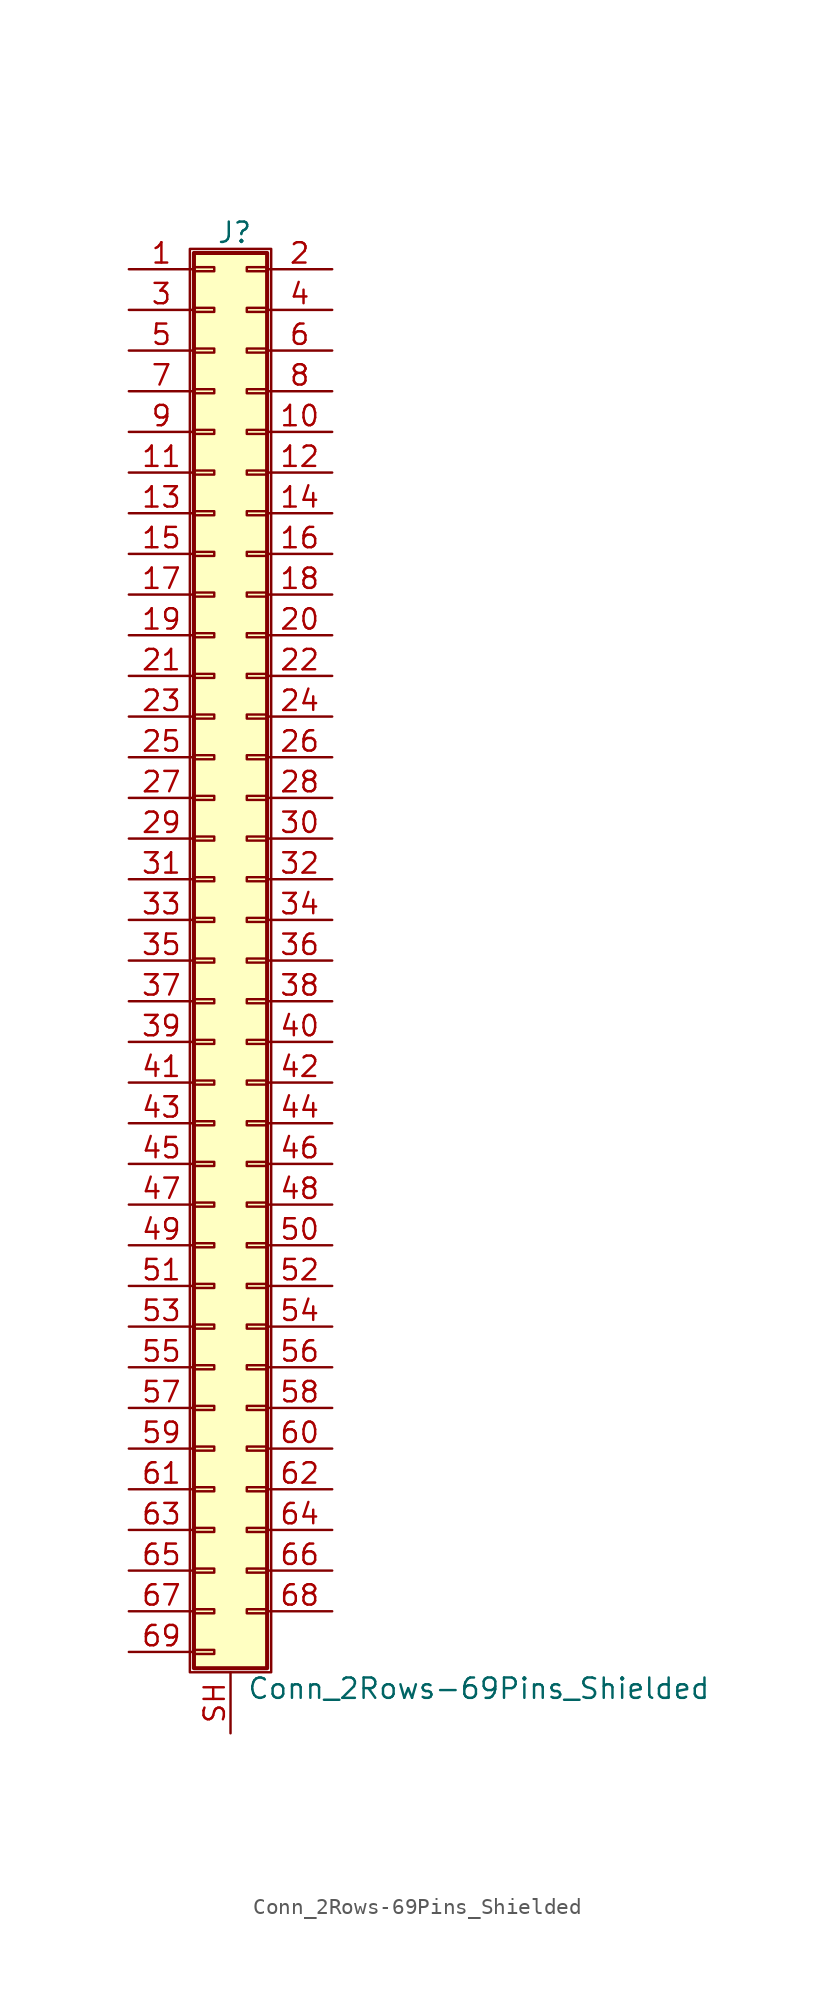
<source format=kicad_sym>
(kicad_symbol_lib
  (version 20211014)
  (generator kicad_symbol_editor)
  (symbol "Conn_2Rows-69Pins_Shielded"
    (pin_names
      (offset 1.016) hide)
    (property "Reference" "J"
      (at 1.524 45.466 0)
      (effects (font (size 1.27 1.27))))
    (property "Value" "Conn_2Rows-69Pins_Shielded"
      (at 2.286 -45.466 0)
      (effects (font (size 1.27 1.27)) (justify left)))
    (symbol "Conn_2Rows-69Pins_Shielded_1_1"
      (rectangle (start -1.27 44.45) (end 3.81 -44.45) (stroke (width 0.152) (type default) (color 0 0 0 0)) (fill (type none)))
      (rectangle (start -1.016 -43.053) (end 0.254 -43.307) (stroke (width 0.152) (type default) (color 0 0 0 0)) (fill (type none)))
      (rectangle (start -1.016 -40.513) (end 0.254 -40.767) (stroke (width 0.152) (type default) (color 0 0 0 0)) (fill (type none)))
      (rectangle (start -1.016 -37.973) (end 0.254 -38.227) (stroke (width 0.152) (type default) (color 0 0 0 0)) (fill (type none)))
      (rectangle (start -1.016 -35.433) (end 0.254 -35.687) (stroke (width 0.152) (type default) (color 0 0 0 0)) (fill (type none)))
      (rectangle (start -1.016 -32.893) (end 0.254 -33.147) (stroke (width 0.152) (type default) (color 0 0 0 0)) (fill (type none)))
      (rectangle (start -1.016 -30.353) (end 0.254 -30.607) (stroke (width 0.152) (type default) (color 0 0 0 0)) (fill (type none)))
      (rectangle (start -1.016 -27.813) (end 0.254 -28.067) (stroke (width 0.152) (type default) (color 0 0 0 0)) (fill (type none)))
      (rectangle (start -1.016 -25.273) (end 0.254 -25.527) (stroke (width 0.152) (type default) (color 0 0 0 0)) (fill (type none)))
      (rectangle (start -1.016 -22.733) (end 0.254 -22.987) (stroke (width 0.152) (type default) (color 0 0 0 0)) (fill (type none)))
      (rectangle (start -1.016 -20.193) (end 0.254 -20.447) (stroke (width 0.152) (type default) (color 0 0 0 0)) (fill (type none)))
      (rectangle (start -1.016 -17.653) (end 0.254 -17.907) (stroke (width 0.152) (type default) (color 0 0 0 0)) (fill (type none)))
      (rectangle (start -1.016 -15.113) (end 0.254 -15.367) (stroke (width 0.152) (type default) (color 0 0 0 0)) (fill (type none)))
      (rectangle (start -1.016 -12.573) (end 0.254 -12.827) (stroke (width 0.152) (type default) (color 0 0 0 0)) (fill (type none)))
      (rectangle (start -1.016 -10.033) (end 0.254 -10.287) (stroke (width 0.152) (type default) (color 0 0 0 0)) (fill (type none)))
      (rectangle (start -1.016 -7.493) (end 0.254 -7.747) (stroke (width 0.152) (type default) (color 0 0 0 0)) (fill (type none)))
      (rectangle (start -1.016 -4.953) (end 0.254 -5.207) (stroke (width 0.152) (type default) (color 0 0 0 0)) (fill (type none)))
      (rectangle (start -1.016 -2.413) (end 0.254 -2.667) (stroke (width 0.152) (type default) (color 0 0 0 0)) (fill (type none)))
      (rectangle (start -1.016 0.127) (end 0.254 -0.127) (stroke (width 0.152) (type default) (color 0 0 0 0)) (fill (type none)))
      (rectangle (start -1.016 2.667) (end 0.254 2.413) (stroke (width 0.152) (type default) (color 0 0 0 0)) (fill (type none)))
      (rectangle (start -1.016 5.207) (end 0.254 4.953) (stroke (width 0.152) (type default) (color 0 0 0 0)) (fill (type none)))
      (rectangle (start -1.016 7.747) (end 0.254 7.493) (stroke (width 0.152) (type default) (color 0 0 0 0)) (fill (type none)))
      (rectangle (start -1.016 10.287) (end 0.254 10.033) (stroke (width 0.152) (type default) (color 0 0 0 0)) (fill (type none)))
      (rectangle (start -1.016 12.827) (end 0.254 12.573) (stroke (width 0.152) (type default) (color 0 0 0 0)) (fill (type none)))
      (rectangle (start -1.016 15.367) (end 0.254 15.113) (stroke (width 0.152) (type default) (color 0 0 0 0)) (fill (type none)))
      (rectangle (start -1.016 17.907) (end 0.254 17.653) (stroke (width 0.152) (type default) (color 0 0 0 0)) (fill (type none)))
      (rectangle (start -1.016 20.447) (end 0.254 20.193) (stroke (width 0.152) (type default) (color 0 0 0 0)) (fill (type none)))
      (rectangle (start -1.016 22.987) (end 0.254 22.733) (stroke (width 0.152) (type default) (color 0 0 0 0)) (fill (type none)))
      (rectangle (start -1.016 25.527) (end 0.254 25.273) (stroke (width 0.152) (type default) (color 0 0 0 0)) (fill (type none)))
      (rectangle (start -1.016 28.067) (end 0.254 27.813) (stroke (width 0.152) (type default) (color 0 0 0 0)) (fill (type none)))
      (rectangle (start -1.016 30.607) (end 0.254 30.353) (stroke (width 0.152) (type default) (color 0 0 0 0)) (fill (type none)))
      (rectangle (start -1.016 33.147) (end 0.254 32.893) (stroke (width 0.152) (type default) (color 0 0 0 0)) (fill (type none)))
      (rectangle (start -1.016 35.687) (end 0.254 35.433) (stroke (width 0.152) (type default) (color 0 0 0 0)) (fill (type none)))
      (rectangle (start -1.016 38.227) (end 0.254 37.973) (stroke (width 0.152) (type default) (color 0 0 0 0)) (fill (type none)))
      (rectangle (start -1.016 40.767) (end 0.254 40.513) (stroke (width 0.152) (type default) (color 0 0 0 0)) (fill (type none)))
      (rectangle (start -1.016 43.307) (end 0.254 43.053) (stroke (width 0.152) (type default) (color 0 0 0 0)) (fill (type none)))
      (rectangle (start -1.016 44.196) (end 3.556 -44.196) (stroke (width 0.254) (type default) (color 0 0 0 0)) (fill (type background)))
      (rectangle (start 3.556 -40.513) (end 2.286 -40.767) (stroke (width 0.152) (type default) (color 0 0 0 0)) (fill (type none)))
      (rectangle (start 3.556 -37.973) (end 2.286 -38.227) (stroke (width 0.152) (type default) (color 0 0 0 0)) (fill (type none)))
      (rectangle (start 3.556 -35.433) (end 2.286 -35.687) (stroke (width 0.152) (type default) (color 0 0 0 0)) (fill (type none)))
      (rectangle (start 3.556 -32.893) (end 2.286 -33.147) (stroke (width 0.152) (type default) (color 0 0 0 0)) (fill (type none)))
      (rectangle (start 3.556 -30.353) (end 2.286 -30.607) (stroke (width 0.152) (type default) (color 0 0 0 0)) (fill (type none)))
      (rectangle (start 3.556 -27.813) (end 2.286 -28.067) (stroke (width 0.152) (type default) (color 0 0 0 0)) (fill (type none)))
      (rectangle (start 3.556 -25.273) (end 2.286 -25.527) (stroke (width 0.152) (type default) (color 0 0 0 0)) (fill (type none)))
      (rectangle (start 3.556 -22.733) (end 2.286 -22.987) (stroke (width 0.152) (type default) (color 0 0 0 0)) (fill (type none)))
      (rectangle (start 3.556 -20.193) (end 2.286 -20.447) (stroke (width 0.152) (type default) (color 0 0 0 0)) (fill (type none)))
      (rectangle (start 3.556 -17.653) (end 2.286 -17.907) (stroke (width 0.152) (type default) (color 0 0 0 0)) (fill (type none)))
      (rectangle (start 3.556 -15.113) (end 2.286 -15.367) (stroke (width 0.152) (type default) (color 0 0 0 0)) (fill (type none)))
      (rectangle (start 3.556 -12.573) (end 2.286 -12.827) (stroke (width 0.152) (type default) (color 0 0 0 0)) (fill (type none)))
      (rectangle (start 3.556 -10.033) (end 2.286 -10.287) (stroke (width 0.152) (type default) (color 0 0 0 0)) (fill (type none)))
      (rectangle (start 3.556 -7.493) (end 2.286 -7.747) (stroke (width 0.152) (type default) (color 0 0 0 0)) (fill (type none)))
      (rectangle (start 3.556 -4.953) (end 2.286 -5.207) (stroke (width 0.152) (type default) (color 0 0 0 0)) (fill (type none)))
      (rectangle (start 3.556 -2.413) (end 2.286 -2.667) (stroke (width 0.152) (type default) (color 0 0 0 0)) (fill (type none)))
      (rectangle (start 3.556 0.127) (end 2.286 -0.127) (stroke (width 0.152) (type default) (color 0 0 0 0)) (fill (type none)))
      (rectangle (start 3.556 2.667) (end 2.286 2.413) (stroke (width 0.152) (type default) (color 0 0 0 0)) (fill (type none)))
      (rectangle (start 3.556 5.207) (end 2.286 4.953) (stroke (width 0.152) (type default) (color 0 0 0 0)) (fill (type none)))
      (rectangle (start 3.556 7.747) (end 2.286 7.493) (stroke (width 0.152) (type default) (color 0 0 0 0)) (fill (type none)))
      (rectangle (start 3.556 10.287) (end 2.286 10.033) (stroke (width 0.152) (type default) (color 0 0 0 0)) (fill (type none)))
      (rectangle (start 3.556 12.827) (end 2.286 12.573) (stroke (width 0.152) (type default) (color 0 0 0 0)) (fill (type none)))
      (rectangle (start 3.556 15.367) (end 2.286 15.113) (stroke (width 0.152) (type default) (color 0 0 0 0)) (fill (type none)))
      (rectangle (start 3.556 17.907) (end 2.286 17.653) (stroke (width 0.152) (type default) (color 0 0 0 0)) (fill (type none)))
      (rectangle (start 3.556 20.447) (end 2.286 20.193) (stroke (width 0.152) (type default) (color 0 0 0 0)) (fill (type none)))
      (rectangle (start 3.556 22.987) (end 2.286 22.733) (stroke (width 0.152) (type default) (color 0 0 0 0)) (fill (type none)))
      (rectangle (start 3.556 25.527) (end 2.286 25.273) (stroke (width 0.152) (type default) (color 0 0 0 0)) (fill (type none)))
      (rectangle (start 3.556 28.067) (end 2.286 27.813) (stroke (width 0.152) (type default) (color 0 0 0 0)) (fill (type none)))
      (rectangle (start 3.556 30.607) (end 2.286 30.353) (stroke (width 0.152) (type default) (color 0 0 0 0)) (fill (type none)))
      (rectangle (start 3.556 33.147) (end 2.286 32.893) (stroke (width 0.152) (type default) (color 0 0 0 0)) (fill (type none)))
      (rectangle (start 3.556 35.687) (end 2.286 35.433) (stroke (width 0.152) (type default) (color 0 0 0 0)) (fill (type none)))
      (rectangle (start 3.556 38.227) (end 2.286 37.973) (stroke (width 0.152) (type default) (color 0 0 0 0)) (fill (type none)))
      (rectangle (start 3.556 40.767) (end 2.286 40.513) (stroke (width 0.152) (type default) (color 0 0 0 0)) (fill (type none)))
      (rectangle (start 3.556 43.307) (end 2.286 43.053) (stroke (width 0.152) (type default) (color 0 0 0 0)) (fill (type none)))
      (pin passive line (at -5.08 43.18 0) (length 4.064) (name "Pin_1" (effects (font (size 1.27 1.27)))) (number "1" (effects (font (size 1.27 1.27)))))
      (pin passive line (at 7.62 33.02 180) (length 4.064) (name "Pin_10" (effects (font (size 1.27 1.27)))) (number "10" (effects (font (size 1.27 1.27)))))
      (pin passive line (at -5.08 30.48 0) (length 4.064) (name "Pin_11" (effects (font (size 1.27 1.27)))) (number "11" (effects (font (size 1.27 1.27)))))
      (pin passive line (at 7.62 30.48 180) (length 4.064) (name "Pin_12" (effects (font (size 1.27 1.27)))) (number "12" (effects (font (size 1.27 1.27)))))
      (pin passive line (at -5.08 27.94 0) (length 4.064) (name "Pin_13" (effects (font (size 1.27 1.27)))) (number "13" (effects (font (size 1.27 1.27)))))
      (pin passive line (at 7.62 27.94 180) (length 4.064) (name "Pin_14" (effects (font (size 1.27 1.27)))) (number "14" (effects (font (size 1.27 1.27)))))
      (pin passive line (at -5.08 25.4 0) (length 4.064) (name "Pin_15" (effects (font (size 1.27 1.27)))) (number "15" (effects (font (size 1.27 1.27)))))
      (pin passive line (at 7.62 25.4 180) (length 4.064) (name "Pin_16" (effects (font (size 1.27 1.27)))) (number "16" (effects (font (size 1.27 1.27)))))
      (pin passive line (at -5.08 22.86 0) (length 4.064) (name "Pin_17" (effects (font (size 1.27 1.27)))) (number "17" (effects (font (size 1.27 1.27)))))
      (pin passive line (at 7.62 22.86 180) (length 4.064) (name "Pin_18" (effects (font (size 1.27 1.27)))) (number "18" (effects (font (size 1.27 1.27)))))
      (pin passive line (at -5.08 20.32 0) (length 4.064) (name "Pin_19" (effects (font (size 1.27 1.27)))) (number "19" (effects (font (size 1.27 1.27)))))
      (pin passive line (at 7.62 43.18 180) (length 4.064) (name "Pin_2" (effects (font (size 1.27 1.27)))) (number "2" (effects (font (size 1.27 1.27)))))
      (pin passive line (at 7.62 20.32 180) (length 4.064) (name "Pin_20" (effects (font (size 1.27 1.27)))) (number "20" (effects (font (size 1.27 1.27)))))
      (pin passive line (at -5.08 17.78 0) (length 4.064) (name "Pin_21" (effects (font (size 1.27 1.27)))) (number "21" (effects (font (size 1.27 1.27)))))
      (pin passive line (at 7.62 17.78 180) (length 4.064) (name "Pin_22" (effects (font (size 1.27 1.27)))) (number "22" (effects (font (size 1.27 1.27)))))
      (pin passive line (at -5.08 15.24 0) (length 4.064) (name "Pin_23" (effects (font (size 1.27 1.27)))) (number "23" (effects (font (size 1.27 1.27)))))
      (pin passive line (at 7.62 15.24 180) (length 4.064) (name "Pin_24" (effects (font (size 1.27 1.27)))) (number "24" (effects (font (size 1.27 1.27)))))
      (pin passive line (at -5.08 12.7 0) (length 4.064) (name "Pin_25" (effects (font (size 1.27 1.27)))) (number "25" (effects (font (size 1.27 1.27)))))
      (pin passive line (at 7.62 12.7 180) (length 4.064) (name "Pin_26" (effects (font (size 1.27 1.27)))) (number "26" (effects (font (size 1.27 1.27)))))
      (pin passive line (at -5.08 10.16 0) (length 4.064) (name "Pin_27" (effects (font (size 1.27 1.27)))) (number "27" (effects (font (size 1.27 1.27)))))
      (pin passive line (at 7.62 10.16 180) (length 4.064) (name "Pin_28" (effects (font (size 1.27 1.27)))) (number "28" (effects (font (size 1.27 1.27)))))
      (pin passive line (at -5.08 7.62 0) (length 4.064) (name "Pin_29" (effects (font (size 1.27 1.27)))) (number "29" (effects (font (size 1.27 1.27)))))
      (pin passive line (at -5.08 40.64 0) (length 4.064) (name "Pin_3" (effects (font (size 1.27 1.27)))) (number "3" (effects (font (size 1.27 1.27)))))
      (pin passive line (at 7.62 7.62 180) (length 4.064) (name "Pin_30" (effects (font (size 1.27 1.27)))) (number "30" (effects (font (size 1.27 1.27)))))
      (pin passive line (at -5.08 5.08 0) (length 4.064) (name "Pin_31" (effects (font (size 1.27 1.27)))) (number "31" (effects (font (size 1.27 1.27)))))
      (pin passive line (at 7.62 5.08 180) (length 4.064) (name "Pin_32" (effects (font (size 1.27 1.27)))) (number "32" (effects (font (size 1.27 1.27)))))
      (pin passive line (at -5.08 2.54 0) (length 4.064) (name "Pin_33" (effects (font (size 1.27 1.27)))) (number "33" (effects (font (size 1.27 1.27)))))
      (pin passive line (at 7.62 2.54 180) (length 4.064) (name "Pin_34" (effects (font (size 1.27 1.27)))) (number "34" (effects (font (size 1.27 1.27)))))
      (pin passive line (at -5.08 0 0) (length 4.064) (name "Pin_35" (effects (font (size 1.27 1.27)))) (number "35" (effects (font (size 1.27 1.27)))))
      (pin passive line (at 7.62 0 180) (length 4.064) (name "Pin_36" (effects (font (size 1.27 1.27)))) (number "36" (effects (font (size 1.27 1.27)))))
      (pin passive line (at -5.08 -2.54 0) (length 4.064) (name "Pin_37" (effects (font (size 1.27 1.27)))) (number "37" (effects (font (size 1.27 1.27)))))
      (pin passive line (at 7.62 -2.54 180) (length 4.064) (name "Pin_38" (effects (font (size 1.27 1.27)))) (number "38" (effects (font (size 1.27 1.27)))))
      (pin passive line (at -5.08 -5.08 0) (length 4.064) (name "Pin_39" (effects (font (size 1.27 1.27)))) (number "39" (effects (font (size 1.27 1.27)))))
      (pin passive line (at 7.62 40.64 180) (length 4.064) (name "Pin_4" (effects (font (size 1.27 1.27)))) (number "4" (effects (font (size 1.27 1.27)))))
      (pin passive line (at 7.62 -5.08 180) (length 4.064) (name "Pin_40" (effects (font (size 1.27 1.27)))) (number "40" (effects (font (size 1.27 1.27)))))
      (pin passive line (at -5.08 -7.62 0) (length 4.064) (name "Pin_41" (effects (font (size 1.27 1.27)))) (number "41" (effects (font (size 1.27 1.27)))))
      (pin passive line (at 7.62 -7.62 180) (length 4.064) (name "Pin_42" (effects (font (size 1.27 1.27)))) (number "42" (effects (font (size 1.27 1.27)))))
      (pin passive line (at -5.08 -10.16 0) (length 4.064) (name "Pin_43" (effects (font (size 1.27 1.27)))) (number "43" (effects (font (size 1.27 1.27)))))
      (pin passive line (at 7.62 -10.16 180) (length 4.064) (name "Pin_44" (effects (font (size 1.27 1.27)))) (number "44" (effects (font (size 1.27 1.27)))))
      (pin passive line (at -5.08 -12.7 0) (length 4.064) (name "Pin_45" (effects (font (size 1.27 1.27)))) (number "45" (effects (font (size 1.27 1.27)))))
      (pin passive line (at 7.62 -12.7 180) (length 4.064) (name "Pin_46" (effects (font (size 1.27 1.27)))) (number "46" (effects (font (size 1.27 1.27)))))
      (pin passive line (at -5.08 -15.24 0) (length 4.064) (name "Pin_47" (effects (font (size 1.27 1.27)))) (number "47" (effects (font (size 1.27 1.27)))))
      (pin passive line (at 7.62 -15.24 180) (length 4.064) (name "Pin_48" (effects (font (size 1.27 1.27)))) (number "48" (effects (font (size 1.27 1.27)))))
      (pin passive line (at -5.08 -17.78 0) (length 4.064) (name "Pin_49" (effects (font (size 1.27 1.27)))) (number "49" (effects (font (size 1.27 1.27)))))
      (pin passive line (at -5.08 38.1 0) (length 4.064) (name "Pin_5" (effects (font (size 1.27 1.27)))) (number "5" (effects (font (size 1.27 1.27)))))
      (pin passive line (at 7.62 -17.78 180) (length 4.064) (name "Pin_50" (effects (font (size 1.27 1.27)))) (number "50" (effects (font (size 1.27 1.27)))))
      (pin passive line (at -5.08 -20.32 0) (length 4.064) (name "Pin_51" (effects (font (size 1.27 1.27)))) (number "51" (effects (font (size 1.27 1.27)))))
      (pin passive line (at 7.62 -20.32 180) (length 4.064) (name "Pin_52" (effects (font (size 1.27 1.27)))) (number "52" (effects (font (size 1.27 1.27)))))
      (pin passive line (at -5.08 -22.86 0) (length 4.064) (name "Pin_53" (effects (font (size 1.27 1.27)))) (number "53" (effects (font (size 1.27 1.27)))))
      (pin passive line (at 7.62 -22.86 180) (length 4.064) (name "Pin_54" (effects (font (size 1.27 1.27)))) (number "54" (effects (font (size 1.27 1.27)))))
      (pin passive line (at -5.08 -25.4 0) (length 4.064) (name "Pin_55" (effects (font (size 1.27 1.27)))) (number "55" (effects (font (size 1.27 1.27)))))
      (pin passive line (at 7.62 -25.4 180) (length 4.064) (name "Pin_56" (effects (font (size 1.27 1.27)))) (number "56" (effects (font (size 1.27 1.27)))))
      (pin passive line (at -5.08 -27.94 0) (length 4.064) (name "Pin_57" (effects (font (size 1.27 1.27)))) (number "57" (effects (font (size 1.27 1.27)))))
      (pin passive line (at 7.62 -27.94 180) (length 4.064) (name "Pin_58" (effects (font (size 1.27 1.27)))) (number "58" (effects (font (size 1.27 1.27)))))
      (pin passive line (at -5.08 -30.48 0) (length 4.064) (name "Pin_59" (effects (font (size 1.27 1.27)))) (number "59" (effects (font (size 1.27 1.27)))))
      (pin passive line (at 7.62 38.1 180) (length 4.064) (name "Pin_6" (effects (font (size 1.27 1.27)))) (number "6" (effects (font (size 1.27 1.27)))))
      (pin passive line (at 7.62 -30.48 180) (length 4.064) (name "Pin_60" (effects (font (size 1.27 1.27)))) (number "60" (effects (font (size 1.27 1.27)))))
      (pin passive line (at -5.08 -33.02 0) (length 4.064) (name "Pin_61" (effects (font (size 1.27 1.27)))) (number "61" (effects (font (size 1.27 1.27)))))
      (pin passive line (at 7.62 -33.02 180) (length 4.064) (name "Pin_62" (effects (font (size 1.27 1.27)))) (number "62" (effects (font (size 1.27 1.27)))))
      (pin passive line (at -5.08 -35.56 0) (length 4.064) (name "Pin_63" (effects (font (size 1.27 1.27)))) (number "63" (effects (font (size 1.27 1.27)))))
      (pin passive line (at 7.62 -35.56 180) (length 4.064) (name "Pin_64" (effects (font (size 1.27 1.27)))) (number "64" (effects (font (size 1.27 1.27)))))
      (pin passive line (at -5.08 -38.1 0) (length 4.064) (name "Pin_65" (effects (font (size 1.27 1.27)))) (number "65" (effects (font (size 1.27 1.27)))))
      (pin passive line (at 7.62 -38.1 180) (length 4.064) (name "Pin_66" (effects (font (size 1.27 1.27)))) (number "66" (effects (font (size 1.27 1.27)))))
      (pin passive line (at -5.08 -40.64 0) (length 4.064) (name "Pin_67" (effects (font (size 1.27 1.27)))) (number "67" (effects (font (size 1.27 1.27)))))
      (pin passive line (at 7.62 -40.64 180) (length 4.064) (name "Pin_68" (effects (font (size 1.27 1.27)))) (number "68" (effects (font (size 1.27 1.27)))))
      (pin passive line (at -5.08 -43.18 0) (length 4.064) (name "Pin_69" (effects (font (size 1.27 1.27)))) (number "69" (effects (font (size 1.27 1.27)))))
      (pin passive line (at -5.08 35.56 0) (length 4.064) (name "Pin_7" (effects (font (size 1.27 1.27)))) (number "7" (effects (font (size 1.27 1.27)))))
      (pin passive line (at 7.62 35.56 180) (length 4.064) (name "Pin_8" (effects (font (size 1.27 1.27)))) (number "8" (effects (font (size 1.27 1.27)))))
      (pin passive line (at -5.08 33.02 0) (length 4.064) (name "Pin_9" (effects (font (size 1.27 1.27)))) (number "9" (effects (font (size 1.27 1.27)))))
      (pin passive line (at 1.27 -48.26 90) (length 3.81) (name "Shield" (effects (font (size 1.27 1.27)))) (number "SH" (effects (font (size 1.27 1.27))))))))
</source>
